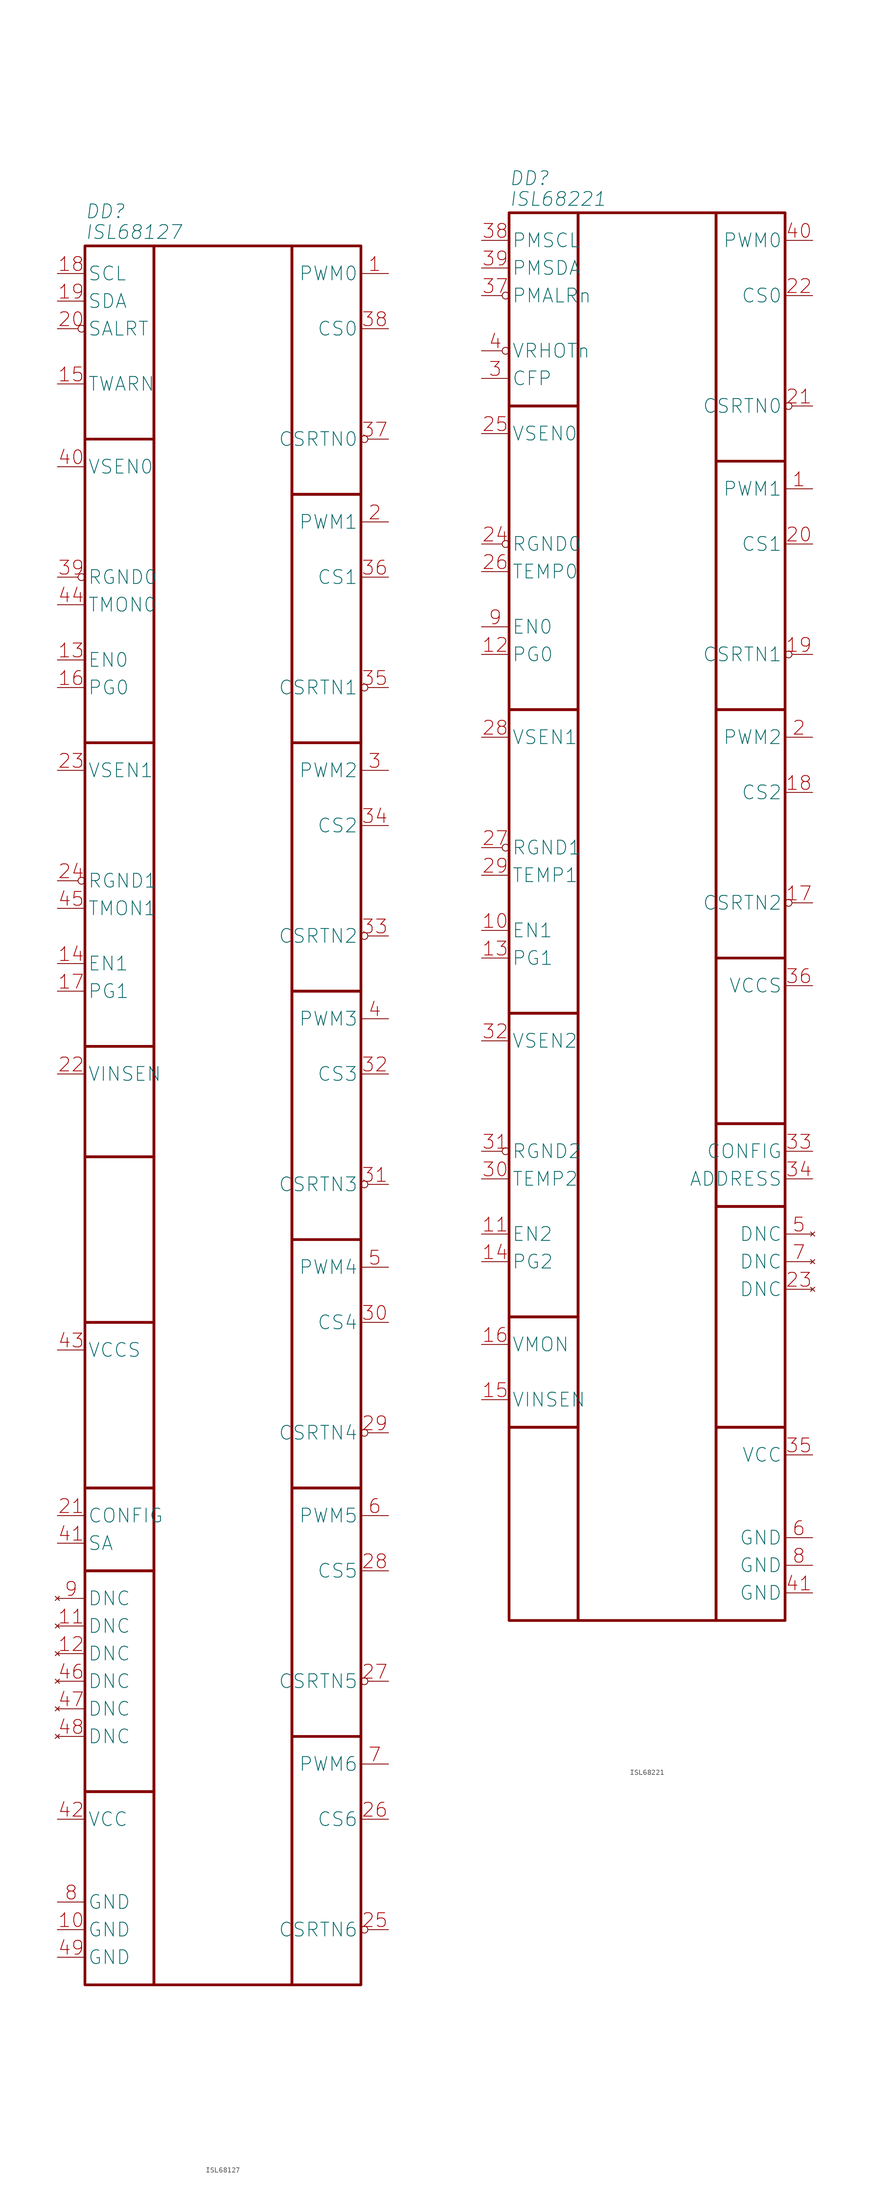
<source format=kicad_sym>
(kicad_symbol_lib
  (version 20241209)
  (generator "kicad_symbol_editor")
  (generator_version "9.0")
  (symbol "ISL68127"
    (property "Reference" "DD"
      (at -25.4 6.35 0)
      (effects (font (size 2.54 2.54) (italic yes)) (justify left)))
    (property "Value" "ISL68127"
      (at -25.4 2.54 0)
      (effects (font (size 2.54 2.54) (italic yes)) (justify left)))
    (symbol "ISL68127_1_1"
      (rectangle (start -25.4 0) (end -12.7 -35.56) (stroke (width 0.5) (type solid)) (fill (type none)))
      (rectangle (start -25.4 -35.56) (end -12.7 -91.44) (stroke (width 0.5) (type solid)) (fill (type none)))
      (rectangle (start -25.4 -91.44) (end -12.7 -147.32) (stroke (width 0.5) (type solid)) (fill (type none)))
      (rectangle (start -25.4 -147.32) (end -12.7 -167.64) (stroke (width 0.5) (type solid)) (fill (type none)))
      (rectangle (start -25.4 -167.64) (end -12.7 -198.12) (stroke (width 0.5) (type solid)) (fill (type none)))
      (rectangle (start -25.4 -198.12) (end -12.7 -228.6) (stroke (width 0.5) (type solid)) (fill (type none)))
      (rectangle (start -25.4 -228.6) (end -12.7 -243.84) (stroke (width 0.5) (type solid)) (fill (type none)))
      (rectangle (start -25.4 -243.84) (end -12.7 -284.48) (stroke (width 0.5) (type solid)) (fill (type none)))
      (rectangle (start -25.4 -284.48) (end -12.7 -320.04) (stroke (width 0.5) (type solid)) (fill (type none)))
      (rectangle (start -12.7 0) (end 12.7 -320.04) (stroke (width 0.5) (type solid)) (fill (type none)))
      (rectangle (start 12.7 0) (end 25.4 -45.72) (stroke (width 0.5) (type solid)) (fill (type none)))
      (rectangle (start 12.7 -45.72) (end 25.4 -91.44) (stroke (width 0.5) (type solid)) (fill (type none)))
      (rectangle (start 12.7 -91.44) (end 25.4 -137.16) (stroke (width 0.5) (type solid)) (fill (type none)))
      (rectangle (start 12.7 -137.16) (end 25.4 -182.88) (stroke (width 0.5) (type solid)) (fill (type none)))
      (rectangle (start 12.7 -182.88) (end 25.4 -228.6) (stroke (width 0.5) (type solid)) (fill (type none)))
      (rectangle (start 12.7 -228.6) (end 25.4 -274.32) (stroke (width 0.5) (type solid)) (fill (type none)))
      (rectangle (start 12.7 -274.32) (end 25.4 -320.04) (stroke (width 0.5) (type solid)) (fill (type none)))
      (pin open_collector line (at -30.48 -5.08 0) (length 5.08) (name "SCL" (effects (font (size 2.54 2.54)))) (number "18" (effects (font (size 2.54 2.54)))))
      (pin open_collector line (at -30.48 -10.16 0) (length 5.08) (name "SDA" (effects (font (size 2.54 2.54)))) (number "19" (effects (font (size 2.54 2.54)))))
      (pin open_collector inverted (at -30.48 -15.24 0) (length 5.08) (name "SALRT" (effects (font (size 2.54 2.54)))) (number "20" (effects (font (size 2.54 2.54)))))
      (pin open_collector line (at -30.48 -25.4 0) (length 5.08) (name "TWARN" (effects (font (size 2.54 2.54)))) (number "15" (effects (font (size 2.54 2.54)))))
      (pin input line (at -30.48 -40.64 0) (length 5.08) (name "VSEN0" (effects (font (size 2.54 2.54)))) (number "40" (effects (font (size 2.54 2.54)))))
      (pin input inverted (at -30.48 -60.96 0) (length 5.08) (name "RGND0" (effects (font (size 2.54 2.54)))) (number "39" (effects (font (size 2.54 2.54)))))
      (pin input line (at -30.48 -66.04 0) (length 5.08) (name "TMON0" (effects (font (size 2.54 2.54)))) (number "44" (effects (font (size 2.54 2.54)))))
      (pin input line (at -30.48 -76.2 0) (length 5.08) (name "EN0" (effects (font (size 2.54 2.54)))) (number "13" (effects (font (size 2.54 2.54)))))
      (pin open_collector line (at -30.48 -81.28 0) (length 5.08) (name "PG0" (effects (font (size 2.54 2.54)))) (number "16" (effects (font (size 2.54 2.54)))))
      (pin input line (at -30.48 -96.52 0) (length 5.08) (name "VSEN1" (effects (font (size 2.54 2.54)))) (number "23" (effects (font (size 2.54 2.54)))))
      (pin input inverted (at -30.48 -116.84 0) (length 5.08) (name "RGND1" (effects (font (size 2.54 2.54)))) (number "24" (effects (font (size 2.54 2.54)))))
      (pin input line (at -30.48 -121.92 0) (length 5.08) (name "TMON1" (effects (font (size 2.54 2.54)))) (number "45" (effects (font (size 2.54 2.54)))))
      (pin input line (at -30.48 -132.08 0) (length 5.08) (name "EN1" (effects (font (size 2.54 2.54)))) (number "14" (effects (font (size 2.54 2.54)))))
      (pin open_collector line (at -30.48 -137.16 0) (length 5.08) (name "PG1" (effects (font (size 2.54 2.54)))) (number "17" (effects (font (size 2.54 2.54)))))
      (pin input line (at -30.48 -152.4 0) (length 5.08) (name "VINSEN" (effects (font (size 2.54 2.54)))) (number "22" (effects (font (size 2.54 2.54)))))
      (pin power_out line (at -30.48 -203.2 0) (length 5.08) (name "VCCS" (effects (font (size 2.54 2.54)))) (number "43" (effects (font (size 2.54 2.54)))))
      (pin passive line (at -30.48 -233.68 0) (length 5.08) (name "CONFIG" (effects (font (size 2.54 2.54)))) (number "21" (effects (font (size 2.54 2.54)))))
      (pin passive line (at -30.48 -238.76 0) (length 5.08) (name "SA" (effects (font (size 2.54 2.54)))) (number "41" (effects (font (size 2.54 2.54)))))
      (pin no_connect line (at -30.48 -248.92 0) (length 5.08) (name "DNC" (effects (font (size 2.54 2.54)))) (number "9" (effects (font (size 2.54 2.54)))))
      (pin no_connect line (at -30.48 -254 0) (length 5.08) (name "DNC" (effects (font (size 2.54 2.54)))) (number "11" (effects (font (size 2.54 2.54)))))
      (pin no_connect line (at -30.48 -259.08 0) (length 5.08) (name "DNC" (effects (font (size 2.54 2.54)))) (number "12" (effects (font (size 2.54 2.54)))))
      (pin no_connect line (at -30.48 -264.16 0) (length 5.08) (name "DNC" (effects (font (size 2.54 2.54)))) (number "46" (effects (font (size 2.54 2.54)))))
      (pin no_connect line (at -30.48 -269.24 0) (length 5.08) (name "DNC" (effects (font (size 2.54 2.54)))) (number "47" (effects (font (size 2.54 2.54)))))
      (pin no_connect line (at -30.48 -274.32 0) (length 5.08) (name "DNC" (effects (font (size 2.54 2.54)))) (number "48" (effects (font (size 2.54 2.54)))))
      (pin power_in line (at -30.48 -289.56 0) (length 5.08) (name "VCC" (effects (font (size 2.54 2.54)))) (number "42" (effects (font (size 2.54 2.54)))))
      (pin power_in line (at -30.48 -304.8 0) (length 5.08) (name "GND" (effects (font (size 2.54 2.54)))) (number "8" (effects (font (size 2.54 2.54)))))
      (pin power_in line (at -30.48 -309.88 0) (length 5.08) (name "GND" (effects (font (size 2.54 2.54)))) (number "10" (effects (font (size 2.54 2.54)))))
      (pin power_in line (at -30.48 -314.96 0) (length 5.08) (name "GND" (effects (font (size 2.54 2.54)))) (number "49" (effects (font (size 2.54 2.54)))))
      (pin output line (at 30.48 -5.08 180) (length 5.08) (name "PWM0" (effects (font (size 2.54 2.54)))) (number "1" (effects (font (size 2.54 2.54)))))
      (pin input line (at 30.48 -15.24 180) (length 5.08) (name "CS0" (effects (font (size 2.54 2.54)))) (number "38" (effects (font (size 2.54 2.54)))))
      (pin input inverted (at 30.48 -35.56 180) (length 5.08) (name "CSRTN0" (effects (font (size 2.54 2.54)))) (number "37" (effects (font (size 2.54 2.54)))))
      (pin output line (at 30.48 -50.8 180) (length 5.08) (name "PWM1" (effects (font (size 2.54 2.54)))) (number "2" (effects (font (size 2.54 2.54)))))
      (pin input line (at 30.48 -60.96 180) (length 5.08) (name "CS1" (effects (font (size 2.54 2.54)))) (number "36" (effects (font (size 2.54 2.54)))))
      (pin input inverted (at 30.48 -81.28 180) (length 5.08) (name "CSRTN1" (effects (font (size 2.54 2.54)))) (number "35" (effects (font (size 2.54 2.54)))))
      (pin output line (at 30.48 -96.52 180) (length 5.08) (name "PWM2" (effects (font (size 2.54 2.54)))) (number "3" (effects (font (size 2.54 2.54)))))
      (pin input line (at 30.48 -106.68 180) (length 5.08) (name "CS2" (effects (font (size 2.54 2.54)))) (number "34" (effects (font (size 2.54 2.54)))))
      (pin input inverted (at 30.48 -127 180) (length 5.08) (name "CSRTN2" (effects (font (size 2.54 2.54)))) (number "33" (effects (font (size 2.54 2.54)))))
      (pin output line (at 30.48 -142.24 180) (length 5.08) (name "PWM3" (effects (font (size 2.54 2.54)))) (number "4" (effects (font (size 2.54 2.54)))))
      (pin input line (at 30.48 -152.4 180) (length 5.08) (name "CS3" (effects (font (size 2.54 2.54)))) (number "32" (effects (font (size 2.54 2.54)))))
      (pin input inverted (at 30.48 -172.72 180) (length 5.08) (name "CSRTN3" (effects (font (size 2.54 2.54)))) (number "31" (effects (font (size 2.54 2.54)))))
      (pin output line (at 30.48 -187.96 180) (length 5.08) (name "PWM4" (effects (font (size 2.54 2.54)))) (number "5" (effects (font (size 2.54 2.54)))))
      (pin input line (at 30.48 -198.12 180) (length 5.08) (name "CS4" (effects (font (size 2.54 2.54)))) (number "30" (effects (font (size 2.54 2.54)))))
      (pin input inverted (at 30.48 -218.44 180) (length 5.08) (name "CSRTN4" (effects (font (size 2.54 2.54)))) (number "29" (effects (font (size 2.54 2.54)))))
      (pin output line (at 30.48 -233.68 180) (length 5.08) (name "PWM5" (effects (font (size 2.54 2.54)))) (number "6" (effects (font (size 2.54 2.54)))))
      (pin input line (at 30.48 -243.84 180) (length 5.08) (name "CS5" (effects (font (size 2.54 2.54)))) (number "28" (effects (font (size 2.54 2.54)))))
      (pin input inverted (at 30.48 -264.16 180) (length 5.08) (name "CSRTN5" (effects (font (size 2.54 2.54)))) (number "27" (effects (font (size 2.54 2.54)))))
      (pin output line (at 30.48 -279.4 180) (length 5.08) (name "PWM6" (effects (font (size 2.54 2.54)))) (number "7" (effects (font (size 2.54 2.54)))))
      (pin input line (at 30.48 -289.56 180) (length 5.08) (name "CS6" (effects (font (size 2.54 2.54)))) (number "26" (effects (font (size 2.54 2.54)))))
      (pin input inverted (at 30.48 -309.88 180) (length 5.08) (name "CSRTN6" (effects (font (size 2.54 2.54)))) (number "25" (effects (font (size 2.54 2.54)))))))
  (symbol "ISL68221"
    (property "Reference" "DD"
      (at -25.4 6.35 0)
      (effects (font (size 2.54 2.54) (italic yes)) (justify left)))
    (property "Value" "ISL68221"
      (at -25.4 2.54 0)
      (effects (font (size 2.54 2.54) (italic yes)) (justify left)))
    (symbol "ISL68221_1_1"
      (rectangle (start -25.4 0) (end -12.7 -35.56) (stroke (width 0.5) (type solid)) (fill (type none)))
      (rectangle (start -25.4 -35.56) (end -12.7 -91.44) (stroke (width 0.5) (type solid)) (fill (type none)))
      (rectangle (start -25.4 -91.44) (end -12.7 -147.32) (stroke (width 0.5) (type solid)) (fill (type none)))
      (rectangle (start -25.4 -147.32) (end -12.7 -203.2) (stroke (width 0.5) (type solid)) (fill (type none)))
      (rectangle (start -25.4 -203.2) (end -12.7 -223.52) (stroke (width 0.5) (type solid)) (fill (type none)))
      (rectangle (start -25.4 -223.52) (end -12.7 -259.08) (stroke (width 0.5) (type solid)) (fill (type none)))
      (rectangle (start -12.7 0) (end 12.7 -259.08) (stroke (width 0.5) (type solid)) (fill (type none)))
      (rectangle (start 12.7 0) (end 25.4 -45.72) (stroke (width 0.5) (type solid)) (fill (type none)))
      (rectangle (start 12.7 -45.72) (end 25.4 -91.44) (stroke (width 0.5) (type solid)) (fill (type none)))
      (rectangle (start 12.7 -91.44) (end 25.4 -137.16) (stroke (width 0.5) (type solid)) (fill (type none)))
      (rectangle (start 25.4 -137.16) (end 12.7 -167.64) (stroke (width 0.5) (type solid)) (fill (type none)))
      (rectangle (start 25.4 -167.64) (end 12.7 -182.88) (stroke (width 0.5) (type solid)) (fill (type none)))
      (rectangle (start 25.4 -182.88) (end 12.7 -223.52) (stroke (width 0.5) (type solid)) (fill (type none)))
      (rectangle (start 25.4 -223.52) (end 12.7 -259.08) (stroke (width 0.5) (type solid)) (fill (type none)))
      (pin open_collector line (at -30.48 -5.08 0) (length 5.08) (name "PMSCL" (effects (font (size 2.54 2.54)))) (number "38" (effects (font (size 2.54 2.54)))))
      (pin open_collector line (at -30.48 -10.16 0) (length 5.08) (name "PMSDA" (effects (font (size 2.54 2.54)))) (number "39" (effects (font (size 2.54 2.54)))))
      (pin open_collector inverted (at -30.48 -15.24 0) (length 5.08) (name "PMALRn" (effects (font (size 2.54 2.54)))) (number "37" (effects (font (size 2.54 2.54)))))
      (pin open_collector inverted (at -30.48 -25.4 0) (length 5.08) (name "VRHOTn" (effects (font (size 2.54 2.54)))) (number "4" (effects (font (size 2.54 2.54)))))
      (pin output line (at -30.48 -30.48 0) (length 5.08) (name "CFP" (effects (font (size 2.54 2.54)))) (number "3" (effects (font (size 2.54 2.54)))))
      (pin input line (at -30.48 -40.64 0) (length 5.08) (name "VSEN0" (effects (font (size 2.54 2.54)))) (number "25" (effects (font (size 2.54 2.54)))))
      (pin input inverted (at -30.48 -60.96 0) (length 5.08) (name "RGND0" (effects (font (size 2.54 2.54)))) (number "24" (effects (font (size 2.54 2.54)))))
      (pin input line (at -30.48 -66.04 0) (length 5.08) (name "TEMP0" (effects (font (size 2.54 2.54)))) (number "26" (effects (font (size 2.54 2.54)))))
      (pin input line (at -30.48 -76.2 0) (length 5.08) (name "EN0" (effects (font (size 2.54 2.54)))) (number "9" (effects (font (size 2.54 2.54)))))
      (pin open_collector line (at -30.48 -81.28 0) (length 5.08) (name "PG0" (effects (font (size 2.54 2.54)))) (number "12" (effects (font (size 2.54 2.54)))))
      (pin input line (at -30.48 -96.52 0) (length 5.08) (name "VSEN1" (effects (font (size 2.54 2.54)))) (number "28" (effects (font (size 2.54 2.54)))))
      (pin input inverted (at -30.48 -116.84 0) (length 5.08) (name "RGND1" (effects (font (size 2.54 2.54)))) (number "27" (effects (font (size 2.54 2.54)))))
      (pin input line (at -30.48 -121.92 0) (length 5.08) (name "TEMP1" (effects (font (size 2.54 2.54)))) (number "29" (effects (font (size 2.54 2.54)))))
      (pin input line (at -30.48 -132.08 0) (length 5.08) (name "EN1" (effects (font (size 2.54 2.54)))) (number "10" (effects (font (size 2.54 2.54)))))
      (pin open_collector line (at -30.48 -137.16 0) (length 5.08) (name "PG1" (effects (font (size 2.54 2.54)))) (number "13" (effects (font (size 2.54 2.54)))))
      (pin input line (at -30.48 -152.4 0) (length 5.08) (name "VSEN2" (effects (font (size 2.54 2.54)))) (number "32" (effects (font (size 2.54 2.54)))))
      (pin input inverted (at -30.48 -172.72 0) (length 5.08) (name "RGND2" (effects (font (size 2.54 2.54)))) (number "31" (effects (font (size 2.54 2.54)))))
      (pin input line (at -30.48 -177.8 0) (length 5.08) (name "TEMP2" (effects (font (size 2.54 2.54)))) (number "30" (effects (font (size 2.54 2.54)))))
      (pin input line (at -30.48 -187.96 0) (length 5.08) (name "EN2" (effects (font (size 2.54 2.54)))) (number "11" (effects (font (size 2.54 2.54)))))
      (pin open_collector line (at -30.48 -193.04 0) (length 5.08) (name "PG2" (effects (font (size 2.54 2.54)))) (number "14" (effects (font (size 2.54 2.54)))))
      (pin input line (at -30.48 -208.28 0) (length 5.08) (name "VMON" (effects (font (size 2.54 2.54)))) (number "16" (effects (font (size 2.54 2.54)))))
      (pin input line (at -30.48 -218.44 0) (length 5.08) (name "VINSEN" (effects (font (size 2.54 2.54)))) (number "15" (effects (font (size 2.54 2.54)))))
      (pin output line (at 30.48 -5.08 180) (length 5.08) (name "PWM0" (effects (font (size 2.54 2.54)))) (number "40" (effects (font (size 2.54 2.54)))))
      (pin input line (at 30.48 -15.24 180) (length 5.08) (name "CS0" (effects (font (size 2.54 2.54)))) (number "22" (effects (font (size 2.54 2.54)))))
      (pin input inverted (at 30.48 -35.56 180) (length 5.08) (name "CSRTN0" (effects (font (size 2.54 2.54)))) (number "21" (effects (font (size 2.54 2.54)))))
      (pin output line (at 30.48 -50.8 180) (length 5.08) (name "PWM1" (effects (font (size 2.54 2.54)))) (number "1" (effects (font (size 2.54 2.54)))))
      (pin input line (at 30.48 -60.96 180) (length 5.08) (name "CS1" (effects (font (size 2.54 2.54)))) (number "20" (effects (font (size 2.54 2.54)))))
      (pin input inverted (at 30.48 -81.28 180) (length 5.08) (name "CSRTN1" (effects (font (size 2.54 2.54)))) (number "19" (effects (font (size 2.54 2.54)))))
      (pin output line (at 30.48 -96.52 180) (length 5.08) (name "PWM2" (effects (font (size 2.54 2.54)))) (number "2" (effects (font (size 2.54 2.54)))))
      (pin input line (at 30.48 -106.68 180) (length 5.08) (name "CS2" (effects (font (size 2.54 2.54)))) (number "18" (effects (font (size 2.54 2.54)))))
      (pin input inverted (at 30.48 -127 180) (length 5.08) (name "CSRTN2" (effects (font (size 2.54 2.54)))) (number "17" (effects (font (size 2.54 2.54)))))
      (pin power_out line (at 30.48 -142.24 180) (length 5.08) (name "VCCS" (effects (font (size 2.54 2.54)))) (number "36" (effects (font (size 2.54 2.54)))))
      (pin passive line (at 30.48 -172.72 180) (length 5.08) (name "CONFIG" (effects (font (size 2.54 2.54)))) (number "33" (effects (font (size 2.54 2.54)))))
      (pin passive line (at 30.48 -177.8 180) (length 5.08) (name "ADDRESS" (effects (font (size 2.54 2.54)))) (number "34" (effects (font (size 2.54 2.54)))))
      (pin no_connect line (at 30.48 -187.96 180) (length 5.08) (name "DNC" (effects (font (size 2.54 2.54)))) (number "5" (effects (font (size 2.54 2.54)))))
      (pin no_connect line (at 30.48 -193.04 180) (length 5.08) (name "DNC" (effects (font (size 2.54 2.54)))) (number "7" (effects (font (size 2.54 2.54)))))
      (pin no_connect line (at 30.48 -198.12 180) (length 5.08) (name "DNC" (effects (font (size 2.54 2.54)))) (number "23" (effects (font (size 2.54 2.54)))))
      (pin power_in line (at 30.48 -228.6 180) (length 5.08) (name "VCC" (effects (font (size 2.54 2.54)))) (number "35" (effects (font (size 2.54 2.54)))))
      (pin power_in line (at 30.48 -243.84 180) (length 5.08) (name "GND" (effects (font (size 2.54 2.54)))) (number "6" (effects (font (size 2.54 2.54)))))
      (pin power_in line (at 30.48 -248.92 180) (length 5.08) (name "GND" (effects (font (size 2.54 2.54)))) (number "8" (effects (font (size 2.54 2.54)))))
      (pin power_in line (at 30.48 -254 180) (length 5.08) (name "GND" (effects (font (size 2.54 2.54)))) (number "41" (effects (font (size 2.54 2.54))))))))
</source>
